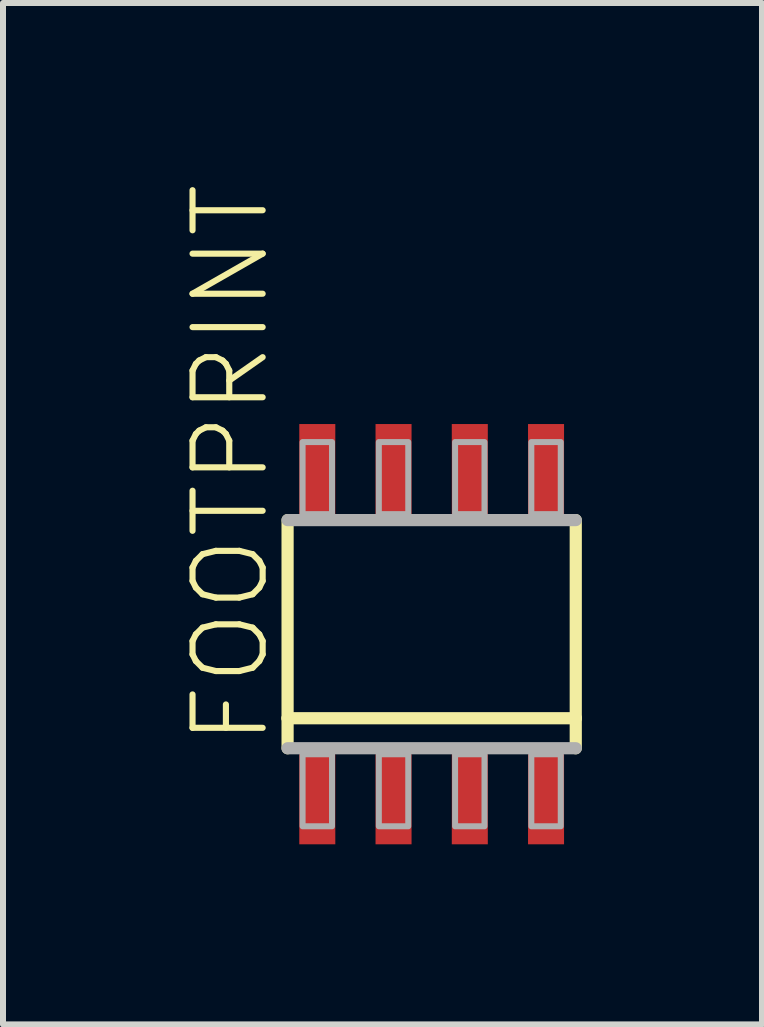
<source format=kicad_pcb>
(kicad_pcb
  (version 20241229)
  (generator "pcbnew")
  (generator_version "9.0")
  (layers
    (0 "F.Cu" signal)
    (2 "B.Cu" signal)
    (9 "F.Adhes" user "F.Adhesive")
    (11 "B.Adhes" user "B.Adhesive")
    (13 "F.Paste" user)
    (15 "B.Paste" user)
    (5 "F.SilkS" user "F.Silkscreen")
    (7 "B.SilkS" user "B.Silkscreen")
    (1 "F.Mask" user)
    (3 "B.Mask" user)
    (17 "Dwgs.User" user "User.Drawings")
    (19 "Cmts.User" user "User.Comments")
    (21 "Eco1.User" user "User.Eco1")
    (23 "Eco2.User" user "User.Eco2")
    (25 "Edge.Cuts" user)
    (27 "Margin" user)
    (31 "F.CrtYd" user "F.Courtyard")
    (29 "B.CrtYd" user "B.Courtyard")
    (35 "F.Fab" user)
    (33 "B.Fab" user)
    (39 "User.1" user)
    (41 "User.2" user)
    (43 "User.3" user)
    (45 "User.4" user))
  (footprint "FOOTPRINT"
    (layer "F.Cu")
    (at 4.14 7.513)
    (property "Reference" "FOOTPRINT" (at -2.667 1.905 90) (layer "F.SilkS") (effects (font (size 1.168 1.168) (thickness 0.102)) (justify left bottom)))
    (fp_line (start -2.4 1.4) (end -2.4 -1.9) (stroke (width 0.203) (type solid)) (layer "F.SilkS"))
    (fp_line (start -2.4 1.9) (end -2.4 1.4) (stroke (width 0.203) (type solid)) (layer "F.SilkS"))
    (fp_line (start 2.4 -1.9) (end 2.4 1.4) (stroke (width 0.203) (type solid)) (layer "F.SilkS"))
    (fp_line (start 2.4 1.4) (end -2.4 1.4) (stroke (width 0.203) (type solid)) (layer "F.SilkS"))
    (fp_line (start 2.4 1.4) (end 2.4 1.9) (stroke (width 0.203) (type solid)) (layer "F.SilkS"))
    (fp_line (start -2.4 -1.9) (end 2.4 -1.9) (stroke (width 0.203) (type solid)) (layer "F.Fab"))
    (fp_line (start 2.4 1.9) (end -2.4 1.9) (stroke (width 0.203) (type solid)) (layer "F.Fab"))
    (fp_poly (pts (xy -2.15 -2) (xy -1.66 -2) (xy -1.66 -3.2) (xy -2.15 -3.2)) (stroke (width 0.1) (type solid)) (fill no) (layer "F.Fab"))
    (fp_poly (pts (xy -2.15 3.2) (xy -1.66 3.2) (xy -1.66 2) (xy -2.15 2)) (stroke (width 0.1) (type solid)) (fill no) (layer "F.Fab"))
    (fp_poly (pts (xy -0.88 -2) (xy -0.39 -2) (xy -0.39 -3.2) (xy -0.88 -3.2)) (stroke (width 0.1) (type solid)) (fill no) (layer "F.Fab"))
    (fp_poly (pts (xy -0.88 3.2) (xy -0.39 3.2) (xy -0.39 2) (xy -0.88 2)) (stroke (width 0.1) (type solid)) (fill no) (layer "F.Fab"))
    (fp_poly (pts (xy 0.39 -2) (xy 0.88 -2) (xy 0.88 -3.2) (xy 0.39 -3.2)) (stroke (width 0.1) (type solid)) (fill no) (layer "F.Fab"))
    (fp_poly (pts (xy 0.39 3.2) (xy 0.88 3.2) (xy 0.88 2) (xy 0.39 2)) (stroke (width 0.1) (type solid)) (fill no) (layer "F.Fab"))
    (fp_poly (pts (xy 1.66 -2) (xy 2.15 -2) (xy 2.15 -3.2) (xy 1.66 -3.2)) (stroke (width 0.1) (type solid)) (fill no) (layer "F.Fab"))
    (fp_poly (pts (xy 1.66 3.2) (xy 2.15 3.2) (xy 2.15 2) (xy 1.66 2)) (stroke (width 0.1) (type solid)) (fill no) (layer "F.Fab"))
    (pad "1" smd rect (at -1.905 2.75) (size 0.6 1.5) (layers "F.Cu" "F.Mask" "F.Paste"))
    (pad "2" smd rect (at -0.635 2.75) (size 0.6 1.5) (layers "F.Cu" "F.Mask" "F.Paste"))
    (pad "3" smd rect (at 0.635 2.75) (size 0.6 1.5) (layers "F.Cu" "F.Mask" "F.Paste"))
    (pad "4" smd rect (at 1.905 2.75) (size 0.6 1.5) (layers "F.Cu" "F.Mask" "F.Paste"))
    (pad "5" smd rect (at 1.905 -2.75) (size 0.6 1.5) (layers "F.Cu" "F.Mask" "F.Paste"))
    (pad "6" smd rect (at 0.635 -2.75) (size 0.6 1.5) (layers "F.Cu" "F.Mask" "F.Paste"))
    (pad "7" smd rect (at -0.635 -2.75) (size 0.6 1.5) (layers "F.Cu" "F.Mask" "F.Paste"))
    (pad "8" smd rect (at -1.905 -2.75) (size 0.6 1.5) (layers "F.Cu" "F.Mask" "F.Paste")))
  (gr_rect
    (start -3 -3)
    (end 9.642 14.013)
    (stroke (width 0.1) (type default))
    (fill no)
    (layer "Edge.Cuts")))
</source>
